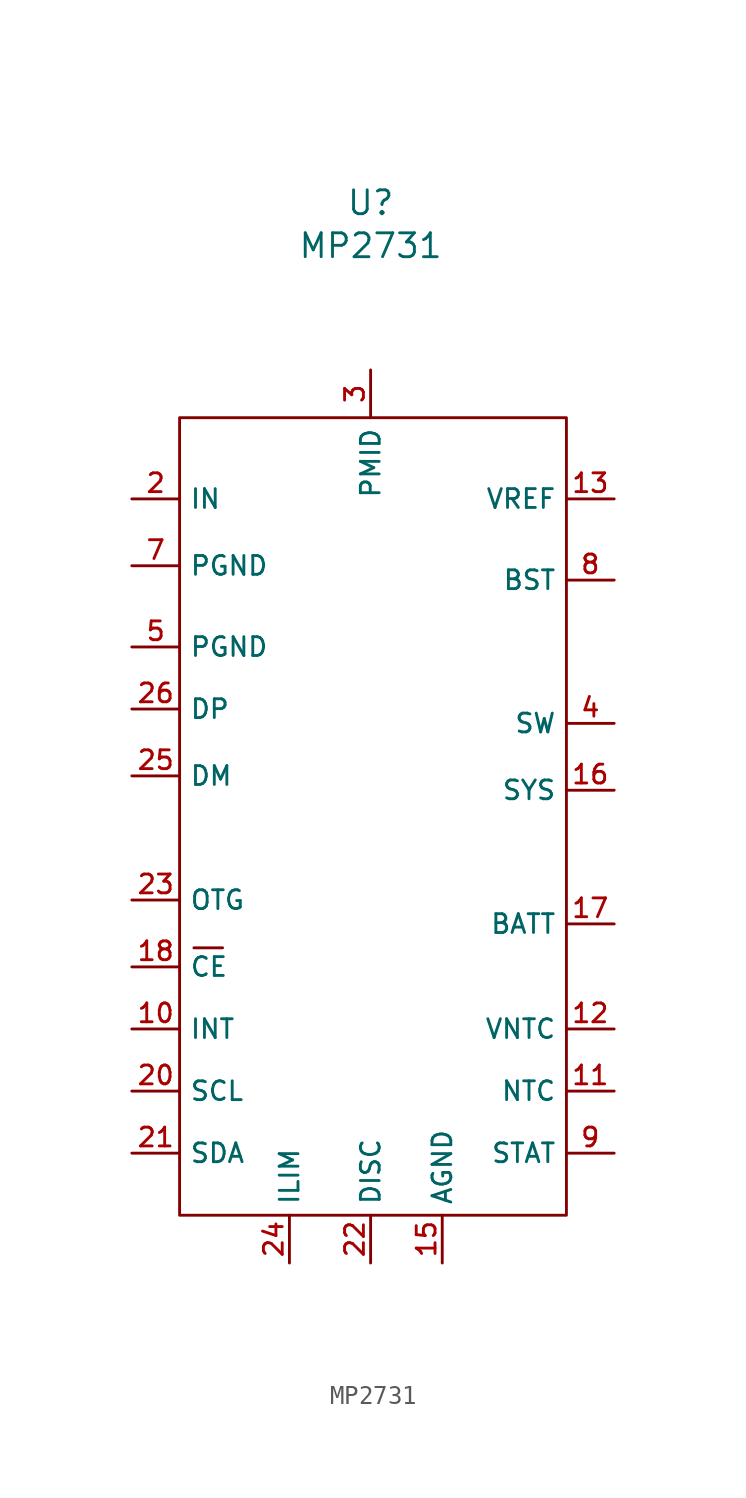
<source format=kicad_sym>
(kicad_symbol_lib
  (version 20211014)
  (generator kicad_symbol_editor)
  (symbol "MP2731"
    (property "Reference" "U"
      (at 0 11.43 0)
      (effects (font (size 1.27 1.27))))
    (property "Value" "MP2731"
      (at 0 9.144 0)
      (effects (font (size 1.27 1.27))))
    (symbol "MP2731_0_1"
      (rectangle (start -10.16 0) (end 10.414 -42.418) (stroke (width 0) (type default) (color 0 0 0 0)) (fill (type none)))
      (polyline (pts (xy -9.398 -28.194) (xy -7.874 -28.194)) (stroke (width 0) (type default) (color 0 0 0 0)) (fill (type none))))
    (symbol "MP2731_1_1"
      (pin input line (at -12.7 -32.512 0) (length 2.54) (name "INT" (effects (font (size 1 1)))) (number "10" (effects (font (size 1 1)))))
      (pin input line (at 12.954 -35.814 180) (length 2.54) (name "NTC" (effects (font (size 1 1)))) (number "11" (effects (font (size 1 1)))))
      (pin input line (at 12.954 -32.512 180) (length 2.54) (name "VNTC" (effects (font (size 1 1)))) (number "12" (effects (font (size 1 1)))))
      (pin input line (at 12.954 -4.318 180) (length 2.54) (name "VREF" (effects (font (size 1 1)))) (number "13" (effects (font (size 1 1)))))
      (pin input line (at 3.81 -44.958 90) (length 2.54) (name "AGND" (effects (font (size 1 1)))) (number "15" (effects (font (size 1 1)))))
      (pin input line (at 12.954 -19.812 180) (length 2.54) (name "SYS" (effects (font (size 1 1)))) (number "16" (effects (font (size 1 1)))))
      (pin input line (at 12.954 -26.924 180) (length 2.54) (name "BATT" (effects (font (size 1 1)))) (number "17" (effects (font (size 1 1)))))
      (pin input line (at -12.7 -29.21 0) (length 2.54) (name "CE" (effects (font (size 1 1)))) (number "18" (effects (font (size 1 1)))))
      (pin input line (at -12.7 -4.318 0) (length 2.54) (name "IN" (effects (font (size 1 1)))) (number "2" (effects (font (size 1 1)))))
      (pin input line (at -12.7 -35.814 0) (length 2.54) (name "SCL" (effects (font (size 1 1)))) (number "20" (effects (font (size 1 1)))))
      (pin input line (at -12.7 -39.116 0) (length 2.54) (name "SDA" (effects (font (size 1 1)))) (number "21" (effects (font (size 1 1)))))
      (pin input line (at 0 -44.958 90) (length 2.54) (name "DISC" (effects (font (size 1 1)))) (number "22" (effects (font (size 1 1)))))
      (pin input line (at -12.7 -25.654 0) (length 2.54) (name "OTG" (effects (font (size 1 1)))) (number "23" (effects (font (size 1 1)))))
      (pin input line (at -4.318 -44.958 90) (length 2.54) (name "ILIM" (effects (font (size 1 1)))) (number "24" (effects (font (size 1 1)))))
      (pin input line (at -12.7 -19.05 0) (length 2.54) (name "DM" (effects (font (size 1 1)))) (number "25" (effects (font (size 1 1)))))
      (pin input line (at -12.7 -15.494 0) (length 2.54) (name "DP" (effects (font (size 1 1)))) (number "26" (effects (font (size 1 1)))))
      (pin input line (at 0 2.54 270) (length 2.54) (name "PMID" (effects (font (size 1 1)))) (number "3" (effects (font (size 1 1)))))
      (pin input line (at 12.954 -16.256 180) (length 2.54) (name "SW" (effects (font (size 1 1)))) (number "4" (effects (font (size 1 1)))))
      (pin input line (at -12.7 -12.192 0) (length 2.54) (name "PGND" (effects (font (size 1 1)))) (number "5" (effects (font (size 1 1)))))
      (pin input line (at -12.7 -7.874 0) (length 2.54) (name "PGND" (effects (font (size 1 1)))) (number "7" (effects (font (size 1 1)))))
      (pin input line (at 12.954 -8.636 180) (length 2.54) (name "BST" (effects (font (size 1 1)))) (number "8" (effects (font (size 1 1)))))
      (pin input line (at 12.954 -39.116 180) (length 2.54) (name "STAT" (effects (font (size 1 1)))) (number "9" (effects (font (size 1 1))))))))
</source>
